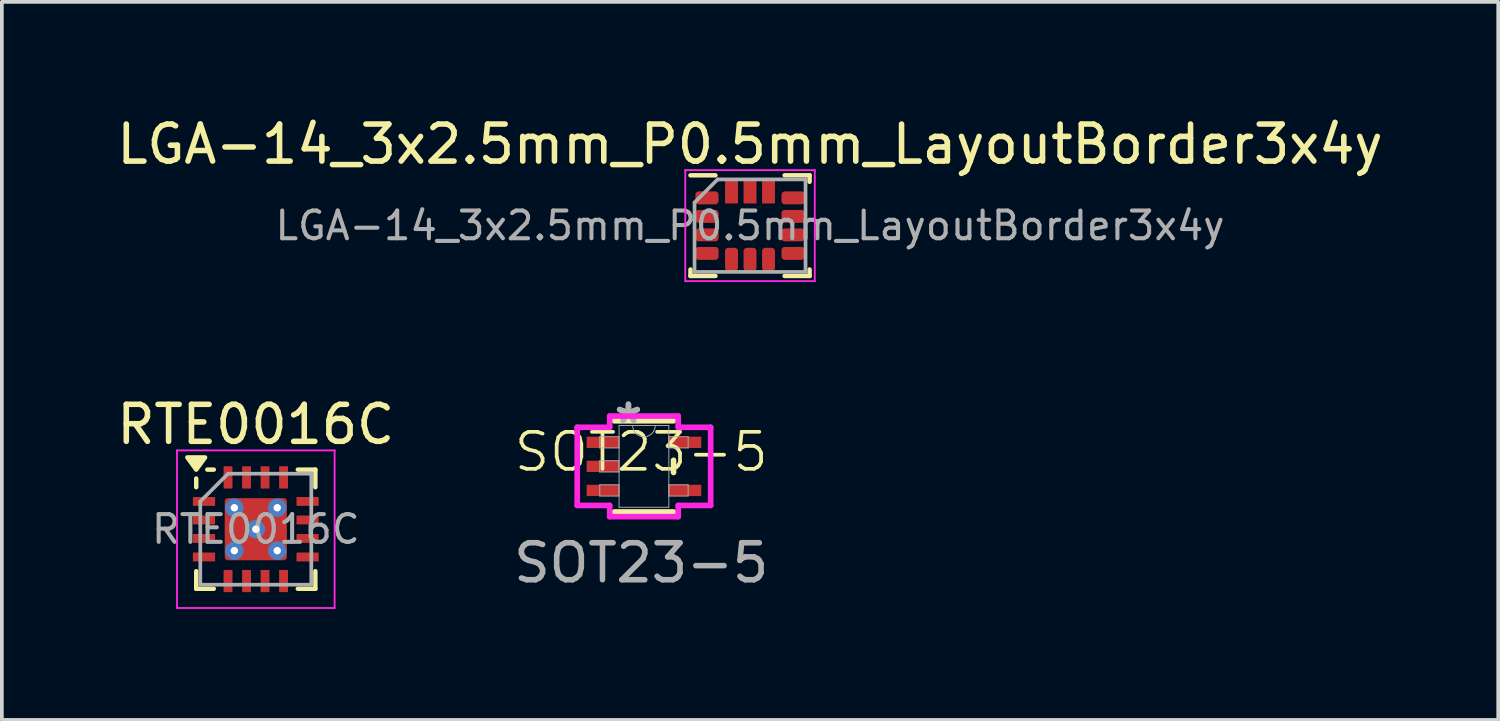
<source format=kicad_pcb>
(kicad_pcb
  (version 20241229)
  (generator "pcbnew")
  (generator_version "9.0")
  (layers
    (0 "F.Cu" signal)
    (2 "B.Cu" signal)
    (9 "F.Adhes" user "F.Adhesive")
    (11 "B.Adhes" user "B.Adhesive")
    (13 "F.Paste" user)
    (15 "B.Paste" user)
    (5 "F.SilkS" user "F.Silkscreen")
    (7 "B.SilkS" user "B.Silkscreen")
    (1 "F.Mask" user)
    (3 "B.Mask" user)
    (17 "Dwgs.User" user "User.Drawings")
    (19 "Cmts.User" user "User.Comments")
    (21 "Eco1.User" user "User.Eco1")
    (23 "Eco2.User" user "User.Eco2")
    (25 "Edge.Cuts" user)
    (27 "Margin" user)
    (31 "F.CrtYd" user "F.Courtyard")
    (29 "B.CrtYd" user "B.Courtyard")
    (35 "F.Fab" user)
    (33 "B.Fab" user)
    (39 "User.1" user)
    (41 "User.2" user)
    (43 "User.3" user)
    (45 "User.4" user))
  (footprint "LGA-14_3x2.5mm_P0.5mm_LayoutBorder3x4y"
    (layer "F.Cu")
    (at 17.22 3.048)
    (property "Reference" "LGA-14_3x2.5mm_P0.5mm_LayoutBorder3x4y" (at 0 -2.2 0) (layer "F.SilkS") (effects (font (size 1 1) (thickness 0.15))))
    (attr smd)
    (fp_line (start -1.61 1.36) (end -1.61 1.185) (stroke (width 0.12) (type solid)) (layer "F.SilkS"))
    (fp_line (start -0.935 -1.36) (end -1.61 -1.36) (stroke (width 0.12) (type solid)) (layer "F.SilkS"))
    (fp_line (start -0.935 1.36) (end -1.61 1.36) (stroke (width 0.12) (type solid)) (layer "F.SilkS"))
    (fp_line (start 0.935 -1.36) (end 1.61 -1.36) (stroke (width 0.12) (type solid)) (layer "F.SilkS"))
    (fp_line (start 0.935 1.36) (end 1.61 1.36) (stroke (width 0.12) (type solid)) (layer "F.SilkS"))
    (fp_line (start 1.61 -1.36) (end 1.61 -1.185) (stroke (width 0.12) (type solid)) (layer "F.SilkS"))
    (fp_line (start 1.61 1.36) (end 1.61 1.185) (stroke (width 0.12) (type solid)) (layer "F.SilkS"))
    (fp_line (start -1.75 -1.5) (end -1.75 1.5) (stroke (width 0.05) (type solid)) (layer "F.CrtYd"))
    (fp_line (start -1.75 1.5) (end 1.75 1.5) (stroke (width 0.05) (type solid)) (layer "F.CrtYd"))
    (fp_line (start 1.75 -1.5) (end -1.75 -1.5) (stroke (width 0.05) (type solid)) (layer "F.CrtYd"))
    (fp_line (start 1.75 1.5) (end 1.75 -1.5) (stroke (width 0.05) (type solid)) (layer "F.CrtYd"))
    (fp_line (start -1.5 -0.625) (end -0.875 -1.25) (stroke (width 0.1) (type solid)) (layer "F.Fab"))
    (fp_line (start -1.5 1.25) (end -1.5 -0.625) (stroke (width 0.1) (type solid)) (layer "F.Fab"))
    (fp_line (start -0.875 -1.25) (end 1.5 -1.25) (stroke (width 0.1) (type solid)) (layer "F.Fab"))
    (fp_line (start 1.5 -1.25) (end 1.5 1.25) (stroke (width 0.1) (type solid)) (layer "F.Fab"))
    (fp_line (start 1.5 1.25) (end -1.5 1.25) (stroke (width 0.1) (type solid)) (layer "F.Fab"))
    (fp_text user "${REFERENCE}" (at 0 0 0) (layer "F.Fab") (effects (font (size 0.75 0.75) (thickness 0.11))))
    (pad "1" smd roundrect (at -1.163 -0.75) (size 0.625 0.35) (layers "F.Cu" "F.Mask" "F.Paste") (roundrect_rratio 0.25))
    (pad "2" smd roundrect (at -1.163 -0.25) (size 0.625 0.35) (layers "F.Cu" "F.Mask" "F.Paste") (roundrect_rratio 0.25))
    (pad "3" smd roundrect (at -1.163 0.25) (size 0.625 0.35) (layers "F.Cu" "F.Mask" "F.Paste") (roundrect_rratio 0.25))
    (pad "4" smd roundrect (at -1.163 0.75) (size 0.625 0.35) (layers "F.Cu" "F.Mask" "F.Paste") (roundrect_rratio 0.25))
    (pad "5" smd roundrect (at -0.5 0.912) (size 0.35 0.625) (layers "F.Cu" "F.Mask" "F.Paste") (roundrect_rratio 0.25))
    (pad "6" smd roundrect (at 0 0.912) (size 0.35 0.625) (layers "F.Cu" "F.Mask" "F.Paste") (roundrect_rratio 0.25))
    (pad "7" smd roundrect (at 0.5 0.912) (size 0.35 0.625) (layers "F.Cu" "F.Mask" "F.Paste") (roundrect_rratio 0.25))
    (pad "8" smd roundrect (at 1.163 0.75) (size 0.625 0.35) (layers "F.Cu" "F.Mask" "F.Paste") (roundrect_rratio 0.25))
    (pad "9" smd roundrect (at 1.163 0.25) (size 0.625 0.35) (layers "F.Cu" "F.Mask" "F.Paste") (roundrect_rratio 0.25))
    (pad "10" smd roundrect (at 1.163 -0.25) (size 0.625 0.35) (layers "F.Cu" "F.Mask" "F.Paste") (roundrect_rratio 0.25))
    (pad "11" smd roundrect (at 1.163 -0.75) (size 0.625 0.35) (layers "F.Cu" "F.Mask" "F.Paste") (roundrect_rratio 0.25))
    (pad "12" smd roundrect (at 0.5 -0.912) (size 0.35 0.625) (layers "F.Cu" "F.Mask" "F.Paste") (roundrect_rratio 0.05))
    (pad "13" smd roundrect (at 0 -0.912) (size 0.35 0.625) (layers "F.Cu" "F.Mask" "F.Paste") (roundrect_rratio 0.05))
    (pad "14" smd roundrect (at -0.5 -0.912) (size 0.35 0.625) (layers "F.Cu" "F.Mask" "F.Paste") (roundrect_rratio 0.05)))
  (footprint "SOT23-5"
    (layer "F.Cu")
    (at 14.353 9.554)
    (property "Reference" "SOT23-5" (at -0.073 -0.391 0) (unlocked yes) (layer "F.SilkS") (effects (font (size 1 1) (thickness 0.1))))
    (attr smd)
    (fp_line (start -0.8 1.232) (end 0.8 1.232) (stroke (width 0.152) (type solid)) (layer "F.SilkS"))
    (fp_line (start 0.8 -1.232) (end -0.8 -1.232) (stroke (width 0.152) (type solid)) (layer "F.SilkS"))
    (fp_line (start 0.8 0.165) (end 0.8 -0.165) (stroke (width 0.152) (type solid)) (layer "F.SilkS"))
    (fp_line (start -1.803 -1.056) (end -0.927 -1.056) (stroke (width 0.152) (type solid)) (layer "F.CrtYd"))
    (fp_line (start -1.803 1.056) (end -1.803 -1.056) (stroke (width 0.152) (type solid)) (layer "F.CrtYd"))
    (fp_line (start -0.927 -1.359) (end 0.927 -1.359) (stroke (width 0.152) (type solid)) (layer "F.CrtYd"))
    (fp_line (start -0.927 -1.056) (end -0.927 -1.359) (stroke (width 0.152) (type solid)) (layer "F.CrtYd"))
    (fp_line (start -0.927 1.056) (end -1.803 1.056) (stroke (width 0.152) (type solid)) (layer "F.CrtYd"))
    (fp_line (start -0.927 1.359) (end -0.927 1.056) (stroke (width 0.152) (type solid)) (layer "F.CrtYd"))
    (fp_line (start 0.927 -1.359) (end 0.927 -1.056) (stroke (width 0.152) (type solid)) (layer "F.CrtYd"))
    (fp_line (start 0.927 -1.056) (end 1.803 -1.056) (stroke (width 0.152) (type solid)) (layer "F.CrtYd"))
    (fp_line (start 0.927 1.056) (end 0.927 1.359) (stroke (width 0.152) (type solid)) (layer "F.CrtYd"))
    (fp_line (start 0.927 1.359) (end -0.927 1.359) (stroke (width 0.152) (type solid)) (layer "F.CrtYd"))
    (fp_line (start 1.803 -1.056) (end 1.803 1.056) (stroke (width 0.152) (type solid)) (layer "F.CrtYd"))
    (fp_line (start 1.803 1.056) (end 0.927 1.056) (stroke (width 0.152) (type solid)) (layer "F.CrtYd"))
    (fp_line (start -1.194 -0.802) (end -1.194 -0.498) (stroke (width 0.025) (type solid)) (layer "F.Fab"))
    (fp_line (start -1.194 -0.498) (end -0.673 -0.498) (stroke (width 0.025) (type solid)) (layer "F.Fab"))
    (fp_line (start -1.194 -0.152) (end -1.194 0.152) (stroke (width 0.025) (type solid)) (layer "F.Fab"))
    (fp_line (start -1.194 0.152) (end -0.673 0.152) (stroke (width 0.025) (type solid)) (layer "F.Fab"))
    (fp_line (start -1.194 0.498) (end -1.194 0.802) (stroke (width 0.025) (type solid)) (layer "F.Fab"))
    (fp_line (start -1.194 0.802) (end -0.673 0.802) (stroke (width 0.025) (type solid)) (layer "F.Fab"))
    (fp_line (start -0.673 -1.105) (end -0.673 1.105) (stroke (width 0.025) (type solid)) (layer "F.Fab"))
    (fp_line (start -0.673 -0.802) (end -1.194 -0.802) (stroke (width 0.025) (type solid)) (layer "F.Fab"))
    (fp_line (start -0.673 -0.498) (end -0.673 -0.802) (stroke (width 0.025) (type solid)) (layer "F.Fab"))
    (fp_line (start -0.673 -0.152) (end -1.194 -0.152) (stroke (width 0.025) (type solid)) (layer "F.Fab"))
    (fp_line (start -0.673 0.152) (end -0.673 -0.152) (stroke (width 0.025) (type solid)) (layer "F.Fab"))
    (fp_line (start -0.673 0.498) (end -1.194 0.498) (stroke (width 0.025) (type solid)) (layer "F.Fab"))
    (fp_line (start -0.673 0.802) (end -0.673 0.498) (stroke (width 0.025) (type solid)) (layer "F.Fab"))
    (fp_line (start -0.673 1.105) (end 0.673 1.105) (stroke (width 0.025) (type solid)) (layer "F.Fab"))
    (fp_line (start 0.673 -1.105) (end -0.673 -1.105) (stroke (width 0.025) (type solid)) (layer "F.Fab"))
    (fp_line (start 0.673 -0.802) (end 0.673 -0.498) (stroke (width 0.025) (type solid)) (layer "F.Fab"))
    (fp_line (start 0.673 -0.498) (end 1.194 -0.498) (stroke (width 0.025) (type solid)) (layer "F.Fab"))
    (fp_line (start 0.673 0.498) (end 0.673 0.802) (stroke (width 0.025) (type solid)) (layer "F.Fab"))
    (fp_line (start 0.673 0.802) (end 1.194 0.802) (stroke (width 0.025) (type solid)) (layer "F.Fab"))
    (fp_line (start 0.673 1.105) (end 0.673 -1.105) (stroke (width 0.025) (type solid)) (layer "F.Fab"))
    (fp_line (start 1.194 -0.802) (end 0.673 -0.802) (stroke (width 0.025) (type solid)) (layer "F.Fab"))
    (fp_line (start 1.194 -0.498) (end 1.194 -0.802) (stroke (width 0.025) (type solid)) (layer "F.Fab"))
    (fp_line (start 1.194 0.498) (end 0.673 0.498) (stroke (width 0.025) (type solid)) (layer "F.Fab"))
    (fp_line (start 1.194 0.802) (end 1.194 0.498) (stroke (width 0.025) (type solid)) (layer "F.Fab"))
    (fp_arc (start 0.3048 -1.1049) (mid 0 -0.8001) (end -0.3048 -1.1049) (stroke (width 0.0254) (type solid)) (layer "F.Fab"))
    (fp_text user "*" (at -0.419 -1.133 0) (layer "F.Fab") (effects (font (size 1 1) (thickness 0.15))))
    (fp_text user "*" (at -0.419 -1.133 0) (unlocked yes) (layer "F.Fab") (effects (font (size 1 1) (thickness 0.15))))
    (fp_text user "${REFERENCE}" (at -0.073 2.609 0) (unlocked yes) (layer "F.Fab") (effects (font (size 1 1) (thickness 0.15))))
    (pad "1" smd rect (at -1.111 -0.65) (size 0.876 0.305) (layers "F.Cu" "F.Mask" "F.Paste"))
    (pad "2" smd rect (at -1.111 0) (size 0.876 0.305) (layers "F.Cu" "F.Mask" "F.Paste"))
    (pad "3" smd rect (at -1.111 0.65) (size 0.876 0.305) (layers "F.Cu" "F.Mask" "F.Paste"))
    (pad "4" smd rect (at 1.111 0.65) (size 0.876 0.305) (layers "F.Cu" "F.Mask" "F.Paste"))
    (pad "5" smd rect (at 1.111 -0.65) (size 0.876 0.305) (layers "F.Cu" "F.Mask" "F.Paste")))
  (footprint "RTE0016C"
    (layer "F.Cu")
    (at 3.863 11.252)
    (property "Reference" "RTE0016C" (at 0 -2.83 0) (layer "F.SilkS") (effects (font (size 1 1) (thickness 0.15))))
    (attr smd)
    (fp_line (start -1.61 -1.135) (end -1.61 -1.37) (stroke (width 0.12) (type solid)) (layer "F.SilkS"))
    (fp_line (start -1.61 1.61) (end -1.61 1.135) (stroke (width 0.12) (type solid)) (layer "F.SilkS"))
    (fp_line (start -1.135 -1.61) (end -1.31 -1.61) (stroke (width 0.12) (type solid)) (layer "F.SilkS"))
    (fp_line (start -1.135 1.61) (end -1.61 1.61) (stroke (width 0.12) (type solid)) (layer "F.SilkS"))
    (fp_line (start 1.135 -1.61) (end 1.61 -1.61) (stroke (width 0.12) (type solid)) (layer "F.SilkS"))
    (fp_line (start 1.135 1.61) (end 1.61 1.61) (stroke (width 0.12) (type solid)) (layer "F.SilkS"))
    (fp_line (start 1.61 -1.61) (end 1.61 -1.135) (stroke (width 0.12) (type solid)) (layer "F.SilkS"))
    (fp_line (start 1.61 1.61) (end 1.61 1.135) (stroke (width 0.12) (type solid)) (layer "F.SilkS"))
    (fp_poly (pts (xy -1.61 -1.61) (xy -1.85 -1.94) (xy -1.37 -1.94) (xy -1.61 -1.61)) (stroke (width 0.12) (type solid)) (fill yes) (layer "F.SilkS"))
    (fp_line (start -2.13 -2.13) (end -2.13 2.13) (stroke (width 0.05) (type solid)) (layer "F.CrtYd"))
    (fp_line (start -2.13 2.13) (end 2.13 2.13) (stroke (width 0.05) (type solid)) (layer "F.CrtYd"))
    (fp_line (start 2.13 -2.13) (end -2.13 -2.13) (stroke (width 0.05) (type solid)) (layer "F.CrtYd"))
    (fp_line (start 2.13 2.13) (end 2.13 -2.13) (stroke (width 0.05) (type solid)) (layer "F.CrtYd"))
    (fp_line (start -1.5 -0.75) (end -0.75 -1.5) (stroke (width 0.1) (type solid)) (layer "F.Fab"))
    (fp_line (start -1.5 1.5) (end -1.5 -0.75) (stroke (width 0.1) (type solid)) (layer "F.Fab"))
    (fp_line (start -0.75 -1.5) (end 1.5 -1.5) (stroke (width 0.1) (type solid)) (layer "F.Fab"))
    (fp_line (start 1.5 -1.5) (end 1.5 1.5) (stroke (width 0.1) (type solid)) (layer "F.Fab"))
    (fp_line (start 1.5 1.5) (end -1.5 1.5) (stroke (width 0.1) (type solid)) (layer "F.Fab"))
    (fp_text user "${REFERENCE}" (at 0 0 0) (layer "F.Fab") (effects (font (size 0.75 0.75) (thickness 0.11))))
    (pad "1" smd roundrect (at -1.4 -0.75) (size 0.6 0.24) (layers "F.Cu" "F.Mask" "F.Paste") (roundrect_rratio 0.05))
    (pad "2" smd roundrect (at -1.4 -0.25) (size 0.6 0.24) (layers "F.Cu" "F.Mask" "F.Paste") (roundrect_rratio 0.05))
    (pad "3" smd roundrect (at -1.4 0.25) (size 0.6 0.24) (layers "F.Cu" "F.Mask" "F.Paste") (roundrect_rratio 0.05))
    (pad "4" smd roundrect (at -1.4 0.75) (size 0.6 0.24) (layers "F.Cu" "F.Mask" "F.Paste") (roundrect_rratio 0.05))
    (pad "5" smd roundrect (at -0.75 1.4) (size 0.24 0.6) (layers "F.Cu" "F.Mask" "F.Paste") (roundrect_rratio 0.05))
    (pad "6" smd roundrect (at -0.25 1.4) (size 0.24 0.6) (layers "F.Cu" "F.Mask" "F.Paste") (roundrect_rratio 0.05))
    (pad "7" smd roundrect (at 0.25 1.4) (size 0.24 0.6) (layers "F.Cu" "F.Mask" "F.Paste") (roundrect_rratio 0.05))
    (pad "8" smd roundrect (at 0.75 1.4) (size 0.24 0.6) (layers "F.Cu" "F.Mask" "F.Paste") (roundrect_rratio 0.05))
    (pad "9" smd roundrect (at 1.4 0.75) (size 0.6 0.24) (layers "F.Cu" "F.Mask" "F.Paste") (roundrect_rratio 0.05))
    (pad "10" smd roundrect (at 1.4 0.25) (size 0.6 0.24) (layers "F.Cu" "F.Mask" "F.Paste") (roundrect_rratio 0.05))
    (pad "11" smd roundrect (at 1.4 -0.25) (size 0.6 0.24) (layers "F.Cu" "F.Mask" "F.Paste") (roundrect_rratio 0.05))
    (pad "12" smd roundrect (at 1.4 -0.75) (size 0.6 0.24) (layers "F.Cu" "F.Mask" "F.Paste") (roundrect_rratio 0.05))
    (pad "13" smd roundrect (at 0.75 -1.4) (size 0.24 0.6) (layers "F.Cu" "F.Mask" "F.Paste") (roundrect_rratio 0.05))
    (pad "14" smd roundrect (at 0.25 -1.4) (size 0.24 0.6) (layers "F.Cu" "F.Mask" "F.Paste") (roundrect_rratio 0.05))
    (pad "15" smd roundrect (at -0.25 -1.4) (size 0.24 0.6) (layers "F.Cu" "F.Mask" "F.Paste") (roundrect_rratio 0.05))
    (pad "16" smd roundrect (at -0.75 -1.4) (size 0.24 0.6) (layers "F.Cu" "F.Mask" "F.Paste") (roundrect_rratio 0.05))
    (pad "17" thru_hole circle (at -0.58 -0.58) (size 0.5 0.5) (drill 0.2) (layers "*.Cu" "F.Paste") (remove_unused_layers yes) (keep_end_layers yes) (zone_layer_connections))
    (pad "17" thru_hole circle (at -0.58 0.58) (size 0.5 0.5) (drill 0.2) (layers "*.Cu" "F.Paste") (remove_unused_layers yes) (keep_end_layers yes) (zone_layer_connections))
    (pad "17" thru_hole circle (at 0 0) (size 0.5 0.5) (drill 0.2) (layers "*.Cu" "F.Paste") (remove_unused_layers yes) (keep_end_layers yes) (zone_layer_connections))
    (pad "17" smd roundrect (at 0 0) (size 1.68 1.68) (property pad_prop_heatsink) (layers "F.Cu" "F.Mask" "F.Paste") (roundrect_rratio 0.05))
    (pad "17" thru_hole circle (at 0.58 -0.58) (size 0.5 0.5) (drill 0.2) (layers "*.Cu" "F.Paste") (remove_unused_layers yes) (keep_end_layers yes) (zone_layer_connections))
    (pad "17" thru_hole circle (at 0.58 0.58) (size 0.5 0.5) (drill 0.2) (layers "*.Cu" "F.Paste") (remove_unused_layers yes) (keep_end_layers yes) (zone_layer_connections)))
  (gr_rect
    (start -3 -3)
    (end 37.44 16.407)
    (stroke (width 0.1) (type default))
    (fill no)
    (layer "Edge.Cuts")))
</source>
